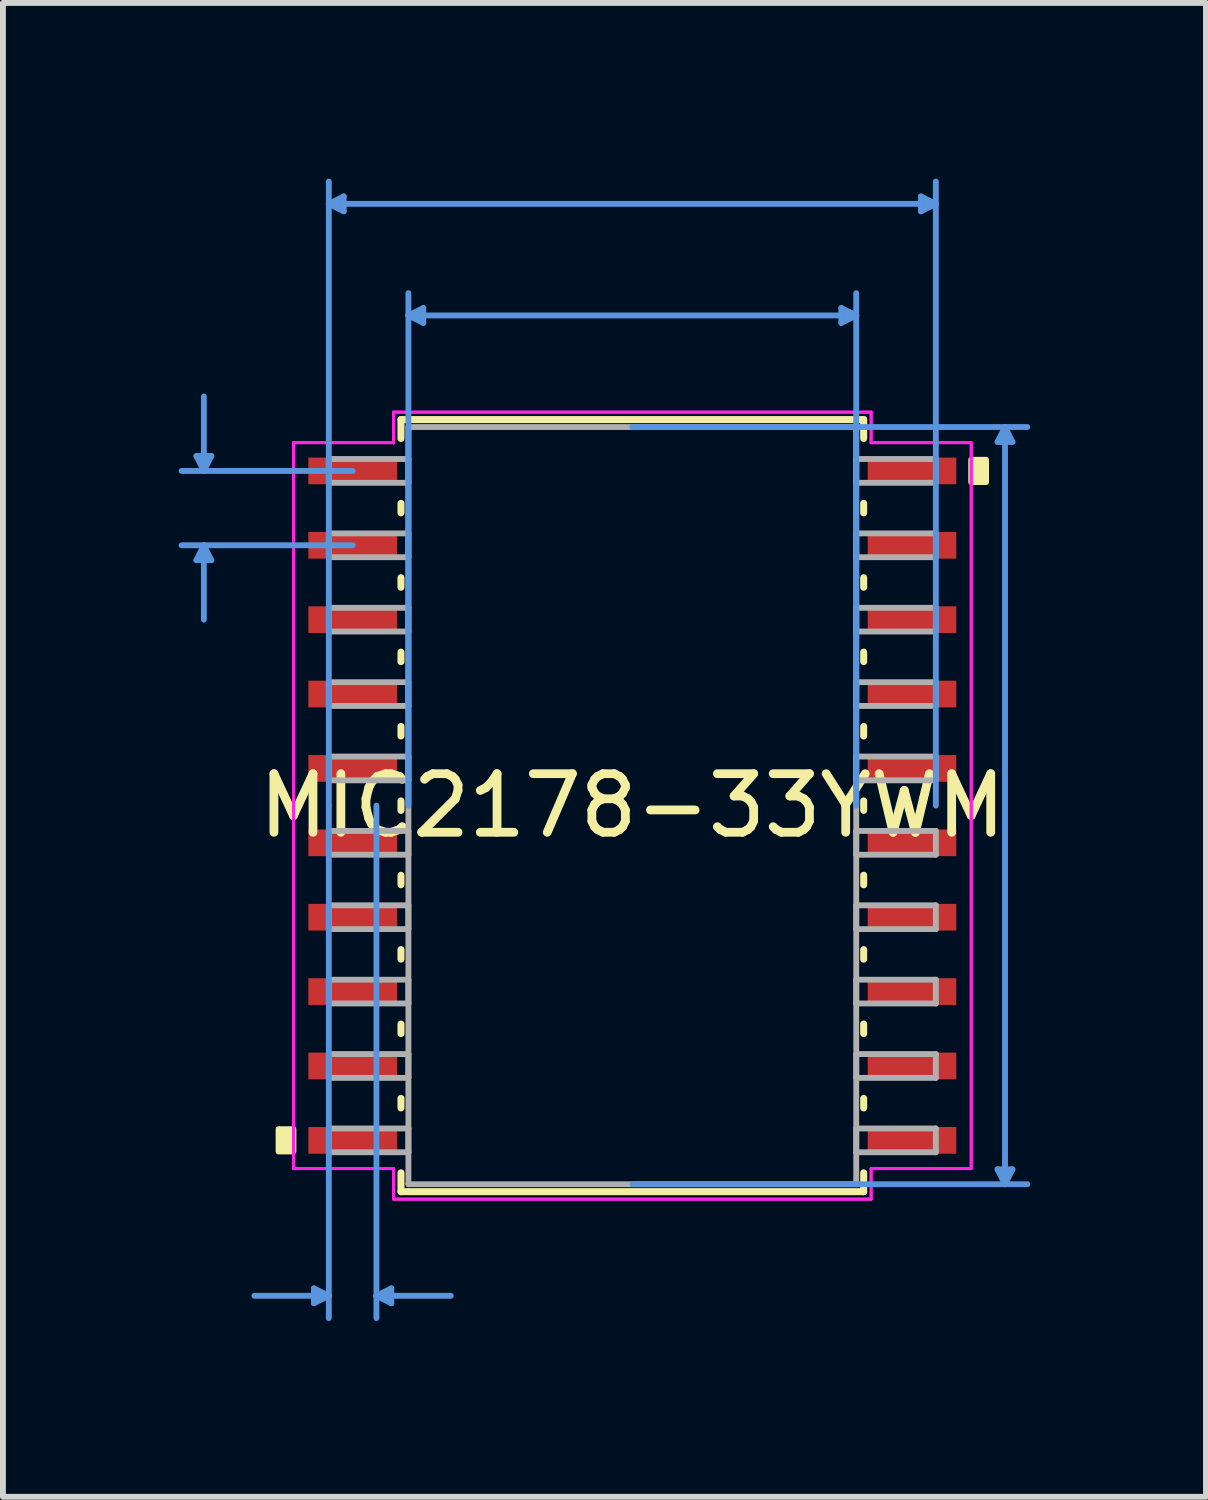
<source format=kicad_pcb>
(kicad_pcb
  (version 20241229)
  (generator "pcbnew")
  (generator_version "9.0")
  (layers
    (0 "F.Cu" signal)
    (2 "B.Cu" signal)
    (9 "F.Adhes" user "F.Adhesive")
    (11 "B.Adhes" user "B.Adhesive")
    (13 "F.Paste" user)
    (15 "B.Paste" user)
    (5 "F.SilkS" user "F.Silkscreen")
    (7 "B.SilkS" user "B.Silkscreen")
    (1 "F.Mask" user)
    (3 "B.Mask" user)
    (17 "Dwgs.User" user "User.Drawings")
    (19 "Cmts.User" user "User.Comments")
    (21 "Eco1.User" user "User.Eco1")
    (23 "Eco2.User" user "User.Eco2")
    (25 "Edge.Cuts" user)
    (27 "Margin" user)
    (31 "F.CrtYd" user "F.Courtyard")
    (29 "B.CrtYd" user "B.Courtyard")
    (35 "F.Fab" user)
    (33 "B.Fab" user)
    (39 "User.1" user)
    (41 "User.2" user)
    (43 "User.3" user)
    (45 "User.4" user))
  (footprint "MIC2178-33YWM"
    (layer "F.Cu")
    (at 7.746 10.705)
    (property "Reference" "MIC2178-33YWM" (at 0 0 0) (layer "F.SilkS") (effects (font (size 1 1) (thickness 0.15))))
    (attr through_hole)
    (fp_line (start -3.95 -6.591) (end -3.95 -6.269) (stroke (width 0.12) (type solid)) (layer "F.SilkS"))
    (fp_line (start -3.95 -5.161) (end -3.95 -4.999) (stroke (width 0.12) (type solid)) (layer "F.SilkS"))
    (fp_line (start -3.95 -3.891) (end -3.95 -3.729) (stroke (width 0.12) (type solid)) (layer "F.SilkS"))
    (fp_line (start -3.95 -2.621) (end -3.95 -2.459) (stroke (width 0.12) (type solid)) (layer "F.SilkS"))
    (fp_line (start -3.95 -1.351) (end -3.95 -1.189) (stroke (width 0.12) (type solid)) (layer "F.SilkS"))
    (fp_line (start -3.95 -0.081) (end -3.95 0.081) (stroke (width 0.12) (type solid)) (layer "F.SilkS"))
    (fp_line (start -3.95 1.189) (end -3.95 1.351) (stroke (width 0.12) (type solid)) (layer "F.SilkS"))
    (fp_line (start -3.95 2.459) (end -3.95 2.621) (stroke (width 0.12) (type solid)) (layer "F.SilkS"))
    (fp_line (start -3.95 3.729) (end -3.95 3.891) (stroke (width 0.12) (type solid)) (layer "F.SilkS"))
    (fp_line (start -3.95 4.999) (end -3.95 5.161) (stroke (width 0.12) (type solid)) (layer "F.SilkS"))
    (fp_line (start -3.95 6.269) (end -3.95 6.591) (stroke (width 0.12) (type solid)) (layer "F.SilkS"))
    (fp_line (start -3.95 6.591) (end 3.95 6.591) (stroke (width 0.12) (type solid)) (layer "F.SilkS"))
    (fp_line (start 3.95 -6.591) (end -3.95 -6.591) (stroke (width 0.12) (type solid)) (layer "F.SilkS"))
    (fp_line (start 3.95 -6.269) (end 3.95 -6.591) (stroke (width 0.12) (type solid)) (layer "F.SilkS"))
    (fp_line (start 3.95 -4.999) (end 3.95 -5.161) (stroke (width 0.12) (type solid)) (layer "F.SilkS"))
    (fp_line (start 3.95 -3.729) (end 3.95 -3.891) (stroke (width 0.12) (type solid)) (layer "F.SilkS"))
    (fp_line (start 3.95 -2.459) (end 3.95 -2.621) (stroke (width 0.12) (type solid)) (layer "F.SilkS"))
    (fp_line (start 3.95 -1.189) (end 3.95 -1.351) (stroke (width 0.12) (type solid)) (layer "F.SilkS"))
    (fp_line (start 3.95 0.081) (end 3.95 -0.081) (stroke (width 0.12) (type solid)) (layer "F.SilkS"))
    (fp_line (start 3.95 1.351) (end 3.95 1.189) (stroke (width 0.12) (type solid)) (layer "F.SilkS"))
    (fp_line (start 3.95 2.621) (end 3.95 2.459) (stroke (width 0.12) (type solid)) (layer "F.SilkS"))
    (fp_line (start 3.95 3.891) (end 3.95 3.729) (stroke (width 0.12) (type solid)) (layer "F.SilkS"))
    (fp_line (start 3.95 5.161) (end 3.95 4.999) (stroke (width 0.12) (type solid)) (layer "F.SilkS"))
    (fp_line (start 3.95 6.591) (end 3.95 6.269) (stroke (width 0.12) (type solid)) (layer "F.SilkS"))
    (fp_poly (pts (xy -6.04 5.524) (xy -6.04 5.905) (xy -5.786 5.905) (xy -5.786 5.524)) (stroke (width 0.1) (type solid)) (fill yes) (layer "F.SilkS"))
    (fp_poly (pts (xy 6.04 -5.905) (xy 6.04 -5.524) (xy 5.786 -5.524) (xy 5.786 -5.905)) (stroke (width 0.1) (type solid)) (fill yes) (layer "F.SilkS"))
    (fp_line (start -7.442 -5.969) (end -7.188 -5.969) (stroke (width 0.1) (type solid)) (layer "Cmts.User"))
    (fp_line (start -7.442 -4.191) (end -7.188 -4.191) (stroke (width 0.1) (type solid)) (layer "Cmts.User"))
    (fp_line (start -7.315 -5.715) (end -7.442 -5.969) (stroke (width 0.1) (type solid)) (layer "Cmts.User"))
    (fp_line (start -7.315 -5.715) (end -7.315 -6.985) (stroke (width 0.1) (type solid)) (layer "Cmts.User"))
    (fp_line (start -7.315 -5.715) (end -7.188 -5.969) (stroke (width 0.1) (type solid)) (layer "Cmts.User"))
    (fp_line (start -7.315 -4.445) (end -7.442 -4.191) (stroke (width 0.1) (type solid)) (layer "Cmts.User"))
    (fp_line (start -7.315 -4.445) (end -7.315 -3.175) (stroke (width 0.1) (type solid)) (layer "Cmts.User"))
    (fp_line (start -7.315 -4.445) (end -7.188 -4.191) (stroke (width 0.1) (type solid)) (layer "Cmts.User"))
    (fp_line (start -5.436 8.242) (end -5.436 8.496) (stroke (width 0.1) (type solid)) (layer "Cmts.User"))
    (fp_line (start -5.182 -10.274) (end -4.928 -10.401) (stroke (width 0.1) (type solid)) (layer "Cmts.User"))
    (fp_line (start -5.182 -10.274) (end -4.928 -10.147) (stroke (width 0.1) (type solid)) (layer "Cmts.User"))
    (fp_line (start -5.182 -10.274) (end 5.182 -10.274) (stroke (width 0.1) (type solid)) (layer "Cmts.User"))
    (fp_line (start -5.182 0) (end -5.182 -10.655) (stroke (width 0.1) (type solid)) (layer "Cmts.User"))
    (fp_line (start -5.182 0) (end -5.182 8.75) (stroke (width 0.1) (type solid)) (layer "Cmts.User"))
    (fp_line (start -5.182 8.369) (end -6.452 8.369) (stroke (width 0.1) (type solid)) (layer "Cmts.User"))
    (fp_line (start -5.182 8.369) (end -5.436 8.242) (stroke (width 0.1) (type solid)) (layer "Cmts.User"))
    (fp_line (start -5.182 8.369) (end -5.436 8.496) (stroke (width 0.1) (type solid)) (layer "Cmts.User"))
    (fp_line (start -4.928 -10.401) (end -4.928 -10.147) (stroke (width 0.1) (type solid)) (layer "Cmts.User"))
    (fp_line (start -4.775 -5.715) (end -7.696 -5.715) (stroke (width 0.1) (type solid)) (layer "Cmts.User"))
    (fp_line (start -4.775 -4.445) (end -7.696 -4.445) (stroke (width 0.1) (type solid)) (layer "Cmts.User"))
    (fp_line (start -4.369 0) (end -4.369 8.75) (stroke (width 0.1) (type solid)) (layer "Cmts.User"))
    (fp_line (start -4.369 8.369) (end -4.115 8.242) (stroke (width 0.1) (type solid)) (layer "Cmts.User"))
    (fp_line (start -4.369 8.369) (end -4.115 8.496) (stroke (width 0.1) (type solid)) (layer "Cmts.User"))
    (fp_line (start -4.369 8.369) (end -3.099 8.369) (stroke (width 0.1) (type solid)) (layer "Cmts.User"))
    (fp_line (start -4.115 8.242) (end -4.115 8.496) (stroke (width 0.1) (type solid)) (layer "Cmts.User"))
    (fp_line (start -3.823 -8.369) (end -3.569 -8.496) (stroke (width 0.1) (type solid)) (layer "Cmts.User"))
    (fp_line (start -3.823 -8.369) (end -3.569 -8.242) (stroke (width 0.1) (type solid)) (layer "Cmts.User"))
    (fp_line (start -3.823 -8.369) (end 3.823 -8.369) (stroke (width 0.1) (type solid)) (layer "Cmts.User"))
    (fp_line (start -3.823 0) (end -3.823 -8.75) (stroke (width 0.1) (type solid)) (layer "Cmts.User"))
    (fp_line (start -3.569 -8.496) (end -3.569 -8.242) (stroke (width 0.1) (type solid)) (layer "Cmts.User"))
    (fp_line (start 0 -6.464) (end 6.744 -6.464) (stroke (width 0.1) (type solid)) (layer "Cmts.User"))
    (fp_line (start 0 6.464) (end 6.744 6.464) (stroke (width 0.1) (type solid)) (layer "Cmts.User"))
    (fp_line (start 3.569 -8.496) (end 3.569 -8.242) (stroke (width 0.1) (type solid)) (layer "Cmts.User"))
    (fp_line (start 3.823 -8.369) (end 3.569 -8.496) (stroke (width 0.1) (type solid)) (layer "Cmts.User"))
    (fp_line (start 3.823 -8.369) (end 3.569 -8.242) (stroke (width 0.1) (type solid)) (layer "Cmts.User"))
    (fp_line (start 3.823 0) (end 3.823 -8.75) (stroke (width 0.1) (type solid)) (layer "Cmts.User"))
    (fp_line (start 4.928 -10.401) (end 4.928 -10.147) (stroke (width 0.1) (type solid)) (layer "Cmts.User"))
    (fp_line (start 5.182 -10.274) (end 4.928 -10.401) (stroke (width 0.1) (type solid)) (layer "Cmts.User"))
    (fp_line (start 5.182 -10.274) (end 4.928 -10.147) (stroke (width 0.1) (type solid)) (layer "Cmts.User"))
    (fp_line (start 5.182 0) (end 5.182 -10.655) (stroke (width 0.1) (type solid)) (layer "Cmts.User"))
    (fp_line (start 6.236 -6.21) (end 6.49 -6.21) (stroke (width 0.1) (type solid)) (layer "Cmts.User"))
    (fp_line (start 6.236 6.21) (end 6.49 6.21) (stroke (width 0.1) (type solid)) (layer "Cmts.User"))
    (fp_line (start 6.363 -6.464) (end 6.236 -6.21) (stroke (width 0.1) (type solid)) (layer "Cmts.User"))
    (fp_line (start 6.363 -6.464) (end 6.363 6.464) (stroke (width 0.1) (type solid)) (layer "Cmts.User"))
    (fp_line (start 6.363 -6.464) (end 6.49 -6.21) (stroke (width 0.1) (type solid)) (layer "Cmts.User"))
    (fp_line (start 6.363 6.464) (end 6.236 6.21) (stroke (width 0.1) (type solid)) (layer "Cmts.User"))
    (fp_line (start 6.363 6.464) (end 6.49 6.21) (stroke (width 0.1) (type solid)) (layer "Cmts.User"))
    (fp_line (start -5.786 -6.197) (end -4.077 -6.197) (stroke (width 0.05) (type solid)) (layer "F.CrtYd"))
    (fp_line (start -5.786 -6.197) (end -4.077 -6.197) (stroke (width 0.05) (type solid)) (layer "F.CrtYd"))
    (fp_line (start -5.786 6.197) (end -5.786 -6.197) (stroke (width 0.05) (type solid)) (layer "F.CrtYd"))
    (fp_line (start -5.786 6.197) (end -5.786 -6.197) (stroke (width 0.05) (type solid)) (layer "F.CrtYd"))
    (fp_line (start -5.786 6.197) (end -4.077 6.197) (stroke (width 0.05) (type solid)) (layer "F.CrtYd"))
    (fp_line (start -4.077 -6.718) (end 4.077 -6.718) (stroke (width 0.05) (type solid)) (layer "F.CrtYd"))
    (fp_line (start -4.077 -6.718) (end 4.077 -6.718) (stroke (width 0.05) (type solid)) (layer "F.CrtYd"))
    (fp_line (start -4.077 -6.197) (end -4.077 -6.718) (stroke (width 0.05) (type solid)) (layer "F.CrtYd"))
    (fp_line (start -4.077 -6.197) (end -4.077 -6.718) (stroke (width 0.05) (type solid)) (layer "F.CrtYd"))
    (fp_line (start -4.077 6.197) (end -5.786 6.197) (stroke (width 0.05) (type solid)) (layer "F.CrtYd"))
    (fp_line (start -4.077 6.718) (end -4.077 6.197) (stroke (width 0.05) (type solid)) (layer "F.CrtYd"))
    (fp_line (start -4.077 6.718) (end -4.077 6.197) (stroke (width 0.05) (type solid)) (layer "F.CrtYd"))
    (fp_line (start 4.077 -6.718) (end 4.077 -6.197) (stroke (width 0.05) (type solid)) (layer "F.CrtYd"))
    (fp_line (start 4.077 -6.718) (end 4.077 -6.197) (stroke (width 0.05) (type solid)) (layer "F.CrtYd"))
    (fp_line (start 4.077 -6.197) (end 5.786 -6.197) (stroke (width 0.05) (type solid)) (layer "F.CrtYd"))
    (fp_line (start 4.077 6.197) (end 4.077 6.718) (stroke (width 0.05) (type solid)) (layer "F.CrtYd"))
    (fp_line (start 4.077 6.197) (end 4.077 6.718) (stroke (width 0.05) (type solid)) (layer "F.CrtYd"))
    (fp_line (start 4.077 6.718) (end -4.077 6.718) (stroke (width 0.05) (type solid)) (layer "F.CrtYd"))
    (fp_line (start 4.077 6.718) (end -4.077 6.718) (stroke (width 0.05) (type solid)) (layer "F.CrtYd"))
    (fp_line (start 5.786 -6.197) (end 4.077 -6.197) (stroke (width 0.05) (type solid)) (layer "F.CrtYd"))
    (fp_line (start 5.786 -6.197) (end 5.786 6.197) (stroke (width 0.05) (type solid)) (layer "F.CrtYd"))
    (fp_line (start 5.786 -6.197) (end 5.786 6.197) (stroke (width 0.05) (type solid)) (layer "F.CrtYd"))
    (fp_line (start 5.786 6.197) (end 4.077 6.197) (stroke (width 0.05) (type solid)) (layer "F.CrtYd"))
    (fp_line (start 5.786 6.197) (end 4.077 6.197) (stroke (width 0.05) (type solid)) (layer "F.CrtYd"))
    (fp_line (start -5.182 -5.918) (end -5.182 -5.512) (stroke (width 0.1) (type solid)) (layer "F.Fab"))
    (fp_line (start -5.182 -5.512) (end -3.823 -5.512) (stroke (width 0.1) (type solid)) (layer "F.Fab"))
    (fp_line (start -5.182 -4.648) (end -5.182 -4.242) (stroke (width 0.1) (type solid)) (layer "F.Fab"))
    (fp_line (start -5.182 -4.242) (end -3.823 -4.242) (stroke (width 0.1) (type solid)) (layer "F.Fab"))
    (fp_line (start -5.182 -3.378) (end -5.182 -2.972) (stroke (width 0.1) (type solid)) (layer "F.Fab"))
    (fp_line (start -5.182 -2.972) (end -3.823 -2.972) (stroke (width 0.1) (type solid)) (layer "F.Fab"))
    (fp_line (start -5.182 -2.108) (end -5.182 -1.702) (stroke (width 0.1) (type solid)) (layer "F.Fab"))
    (fp_line (start -5.182 -1.702) (end -3.823 -1.702) (stroke (width 0.1) (type solid)) (layer "F.Fab"))
    (fp_line (start -5.182 -0.838) (end -5.182 -0.432) (stroke (width 0.1) (type solid)) (layer "F.Fab"))
    (fp_line (start -5.182 -0.432) (end -3.823 -0.432) (stroke (width 0.1) (type solid)) (layer "F.Fab"))
    (fp_line (start -5.182 0.432) (end -5.182 0.838) (stroke (width 0.1) (type solid)) (layer "F.Fab"))
    (fp_line (start -5.182 0.838) (end -3.823 0.838) (stroke (width 0.1) (type solid)) (layer "F.Fab"))
    (fp_line (start -5.182 1.702) (end -5.182 2.108) (stroke (width 0.1) (type solid)) (layer "F.Fab"))
    (fp_line (start -5.182 2.108) (end -3.823 2.108) (stroke (width 0.1) (type solid)) (layer "F.Fab"))
    (fp_line (start -5.182 2.972) (end -5.182 3.378) (stroke (width 0.1) (type solid)) (layer "F.Fab"))
    (fp_line (start -5.182 3.378) (end -3.823 3.378) (stroke (width 0.1) (type solid)) (layer "F.Fab"))
    (fp_line (start -5.182 4.242) (end -5.182 4.648) (stroke (width 0.1) (type solid)) (layer "F.Fab"))
    (fp_line (start -5.182 4.648) (end -3.823 4.648) (stroke (width 0.1) (type solid)) (layer "F.Fab"))
    (fp_line (start -5.182 5.512) (end -5.182 5.918) (stroke (width 0.1) (type solid)) (layer "F.Fab"))
    (fp_line (start -5.182 5.918) (end -3.823 5.918) (stroke (width 0.1) (type solid)) (layer "F.Fab"))
    (fp_line (start -3.823 -6.464) (end -3.823 6.464) (stroke (width 0.1) (type solid)) (layer "F.Fab"))
    (fp_line (start -3.823 -5.918) (end -5.182 -5.918) (stroke (width 0.1) (type solid)) (layer "F.Fab"))
    (fp_line (start -3.823 -5.512) (end -3.823 -5.918) (stroke (width 0.1) (type solid)) (layer "F.Fab"))
    (fp_line (start -3.823 -4.648) (end -5.182 -4.648) (stroke (width 0.1) (type solid)) (layer "F.Fab"))
    (fp_line (start -3.823 -4.242) (end -3.823 -4.648) (stroke (width 0.1) (type solid)) (layer "F.Fab"))
    (fp_line (start -3.823 -3.378) (end -5.182 -3.378) (stroke (width 0.1) (type solid)) (layer "F.Fab"))
    (fp_line (start -3.823 -2.972) (end -3.823 -3.378) (stroke (width 0.1) (type solid)) (layer "F.Fab"))
    (fp_line (start -3.823 -2.108) (end -5.182 -2.108) (stroke (width 0.1) (type solid)) (layer "F.Fab"))
    (fp_line (start -3.823 -1.702) (end -3.823 -2.108) (stroke (width 0.1) (type solid)) (layer "F.Fab"))
    (fp_line (start -3.823 -0.838) (end -5.182 -0.838) (stroke (width 0.1) (type solid)) (layer "F.Fab"))
    (fp_line (start -3.823 -0.432) (end -3.823 -0.838) (stroke (width 0.1) (type solid)) (layer "F.Fab"))
    (fp_line (start -3.823 0.432) (end -5.182 0.432) (stroke (width 0.1) (type solid)) (layer "F.Fab"))
    (fp_line (start -3.823 0.838) (end -3.823 0.432) (stroke (width 0.1) (type solid)) (layer "F.Fab"))
    (fp_line (start -3.823 1.702) (end -5.182 1.702) (stroke (width 0.1) (type solid)) (layer "F.Fab"))
    (fp_line (start -3.823 2.108) (end -3.823 1.702) (stroke (width 0.1) (type solid)) (layer "F.Fab"))
    (fp_line (start -3.823 2.972) (end -5.182 2.972) (stroke (width 0.1) (type solid)) (layer "F.Fab"))
    (fp_line (start -3.823 3.378) (end -3.823 2.972) (stroke (width 0.1) (type solid)) (layer "F.Fab"))
    (fp_line (start -3.823 4.242) (end -5.182 4.242) (stroke (width 0.1) (type solid)) (layer "F.Fab"))
    (fp_line (start -3.823 4.648) (end -3.823 4.242) (stroke (width 0.1) (type solid)) (layer "F.Fab"))
    (fp_line (start -3.823 5.512) (end -5.182 5.512) (stroke (width 0.1) (type solid)) (layer "F.Fab"))
    (fp_line (start -3.823 5.918) (end -3.823 5.512) (stroke (width 0.1) (type solid)) (layer "F.Fab"))
    (fp_line (start -3.823 6.464) (end 3.823 6.464) (stroke (width 0.1) (type solid)) (layer "F.Fab"))
    (fp_line (start 3.823 -6.464) (end -3.823 -6.464) (stroke (width 0.1) (type solid)) (layer "F.Fab"))
    (fp_line (start 3.823 -5.918) (end 3.823 -5.512) (stroke (width 0.1) (type solid)) (layer "F.Fab"))
    (fp_line (start 3.823 -5.512) (end 5.182 -5.512) (stroke (width 0.1) (type solid)) (layer "F.Fab"))
    (fp_line (start 3.823 -4.648) (end 3.823 -4.242) (stroke (width 0.1) (type solid)) (layer "F.Fab"))
    (fp_line (start 3.823 -4.242) (end 5.182 -4.242) (stroke (width 0.1) (type solid)) (layer "F.Fab"))
    (fp_line (start 3.823 -3.378) (end 3.823 -2.972) (stroke (width 0.1) (type solid)) (layer "F.Fab"))
    (fp_line (start 3.823 -2.972) (end 5.182 -2.972) (stroke (width 0.1) (type solid)) (layer "F.Fab"))
    (fp_line (start 3.823 -2.108) (end 3.823 -1.702) (stroke (width 0.1) (type solid)) (layer "F.Fab"))
    (fp_line (start 3.823 -1.702) (end 5.182 -1.702) (stroke (width 0.1) (type solid)) (layer "F.Fab"))
    (fp_line (start 3.823 -0.838) (end 3.823 -0.432) (stroke (width 0.1) (type solid)) (layer "F.Fab"))
    (fp_line (start 3.823 -0.432) (end 5.182 -0.432) (stroke (width 0.1) (type solid)) (layer "F.Fab"))
    (fp_line (start 3.823 0.432) (end 3.823 0.838) (stroke (width 0.1) (type solid)) (layer "F.Fab"))
    (fp_line (start 3.823 0.838) (end 5.182 0.838) (stroke (width 0.1) (type solid)) (layer "F.Fab"))
    (fp_line (start 3.823 1.702) (end 3.823 2.108) (stroke (width 0.1) (type solid)) (layer "F.Fab"))
    (fp_line (start 3.823 2.108) (end 5.182 2.108) (stroke (width 0.1) (type solid)) (layer "F.Fab"))
    (fp_line (start 3.823 2.972) (end 3.823 3.378) (stroke (width 0.1) (type solid)) (layer "F.Fab"))
    (fp_line (start 3.823 3.378) (end 5.182 3.378) (stroke (width 0.1) (type solid)) (layer "F.Fab"))
    (fp_line (start 3.823 4.242) (end 3.823 4.648) (stroke (width 0.1) (type solid)) (layer "F.Fab"))
    (fp_line (start 3.823 4.648) (end 5.182 4.648) (stroke (width 0.1) (type solid)) (layer "F.Fab"))
    (fp_line (start 3.823 5.512) (end 3.823 5.918) (stroke (width 0.1) (type solid)) (layer "F.Fab"))
    (fp_line (start 3.823 5.918) (end 5.182 5.918) (stroke (width 0.1) (type solid)) (layer "F.Fab"))
    (fp_line (start 3.823 6.464) (end 3.823 -6.464) (stroke (width 0.1) (type solid)) (layer "F.Fab"))
    (fp_line (start 5.182 -5.918) (end 3.823 -5.918) (stroke (width 0.1) (type solid)) (layer "F.Fab"))
    (fp_line (start 5.182 -5.512) (end 5.182 -5.918) (stroke (width 0.1) (type solid)) (layer "F.Fab"))
    (fp_line (start 5.182 -4.648) (end 3.823 -4.648) (stroke (width 0.1) (type solid)) (layer "F.Fab"))
    (fp_line (start 5.182 -4.242) (end 5.182 -4.648) (stroke (width 0.1) (type solid)) (layer "F.Fab"))
    (fp_line (start 5.182 -3.378) (end 3.823 -3.378) (stroke (width 0.1) (type solid)) (layer "F.Fab"))
    (fp_line (start 5.182 -2.972) (end 5.182 -3.378) (stroke (width 0.1) (type solid)) (layer "F.Fab"))
    (fp_line (start 5.182 -2.108) (end 3.823 -2.108) (stroke (width 0.1) (type solid)) (layer "F.Fab"))
    (fp_line (start 5.182 -1.702) (end 5.182 -2.108) (stroke (width 0.1) (type solid)) (layer "F.Fab"))
    (fp_line (start 5.182 -0.838) (end 3.823 -0.838) (stroke (width 0.1) (type solid)) (layer "F.Fab"))
    (fp_line (start 5.182 -0.432) (end 5.182 -0.838) (stroke (width 0.1) (type solid)) (layer "F.Fab"))
    (fp_line (start 5.182 0.432) (end 3.823 0.432) (stroke (width 0.1) (type solid)) (layer "F.Fab"))
    (fp_line (start 5.182 0.838) (end 5.182 0.432) (stroke (width 0.1) (type solid)) (layer "F.Fab"))
    (fp_line (start 5.182 1.702) (end 3.823 1.702) (stroke (width 0.1) (type solid)) (layer "F.Fab"))
    (fp_line (start 5.182 2.108) (end 5.182 1.702) (stroke (width 0.1) (type solid)) (layer "F.Fab"))
    (fp_line (start 5.182 2.972) (end 3.823 2.972) (stroke (width 0.1) (type solid)) (layer "F.Fab"))
    (fp_line (start 5.182 3.378) (end 5.182 2.972) (stroke (width 0.1) (type solid)) (layer "F.Fab"))
    (fp_line (start 5.182 4.242) (end 3.823 4.242) (stroke (width 0.1) (type solid)) (layer "F.Fab"))
    (fp_line (start 5.182 4.648) (end 5.182 4.242) (stroke (width 0.1) (type solid)) (layer "F.Fab"))
    (fp_line (start 5.182 5.512) (end 3.823 5.512) (stroke (width 0.1) (type solid)) (layer "F.Fab"))
    (fp_line (start 5.182 5.918) (end 5.182 5.512) (stroke (width 0.1) (type solid)) (layer "F.Fab"))
    (pad "1" smd rect (at -4.775 -5.715) (size 1.513 0.456) (layers "F.Cu" "F.Mask" "F.Paste"))
    (pad "2" smd rect (at -4.775 -4.445) (size 1.513 0.456) (layers "F.Cu" "F.Mask" "F.Paste"))
    (pad "3" smd rect (at -4.775 -3.175) (size 1.513 0.456) (layers "F.Cu" "F.Mask" "F.Paste"))
    (pad "4" smd rect (at -4.775 -1.905) (size 1.513 0.456) (layers "F.Cu" "F.Mask" "F.Paste"))
    (pad "5" smd rect (at -4.775 -0.635) (size 1.513 0.456) (layers "F.Cu" "F.Mask" "F.Paste"))
    (pad "6" smd rect (at -4.775 0.635) (size 1.513 0.456) (layers "F.Cu" "F.Mask" "F.Paste"))
    (pad "7" smd rect (at -4.775 1.905) (size 1.513 0.456) (layers "F.Cu" "F.Mask" "F.Paste"))
    (pad "8" smd rect (at -4.775 3.175) (size 1.513 0.456) (layers "F.Cu" "F.Mask" "F.Paste"))
    (pad "9" smd rect (at -4.775 4.445) (size 1.513 0.456) (layers "F.Cu" "F.Mask" "F.Paste"))
    (pad "10" smd rect (at -4.775 5.715) (size 1.513 0.456) (layers "F.Cu" "F.Mask" "F.Paste"))
    (pad "11" smd rect (at 4.775 5.715) (size 1.513 0.456) (layers "F.Cu" "F.Mask" "F.Paste"))
    (pad "12" smd rect (at 4.775 4.445) (size 1.513 0.456) (layers "F.Cu" "F.Mask" "F.Paste"))
    (pad "13" smd rect (at 4.775 3.175) (size 1.513 0.456) (layers "F.Cu" "F.Mask" "F.Paste"))
    (pad "14" smd rect (at 4.775 1.905) (size 1.513 0.456) (layers "F.Cu" "F.Mask" "F.Paste"))
    (pad "15" smd rect (at 4.775 0.635) (size 1.513 0.456) (layers "F.Cu" "F.Mask" "F.Paste"))
    (pad "16" smd rect (at 4.775 -0.635) (size 1.513 0.456) (layers "F.Cu" "F.Mask" "F.Paste"))
    (pad "17" smd rect (at 4.775 -1.905) (size 1.513 0.456) (layers "F.Cu" "F.Mask" "F.Paste"))
    (pad "18" smd rect (at 4.775 -3.175) (size 1.513 0.456) (layers "F.Cu" "F.Mask" "F.Paste"))
    (pad "19" smd rect (at 4.775 -4.445) (size 1.513 0.456) (layers "F.Cu" "F.Mask" "F.Paste"))
    (pad "20" smd rect (at 4.775 -5.715) (size 1.513 0.456) (layers "F.Cu" "F.Mask" "F.Paste")))
  (gr_rect
    (start -3 -3)
    (end 17.54 22.506)
    (stroke (width 0.1) (type default))
    (fill no)
    (layer "Edge.Cuts")))
</source>
